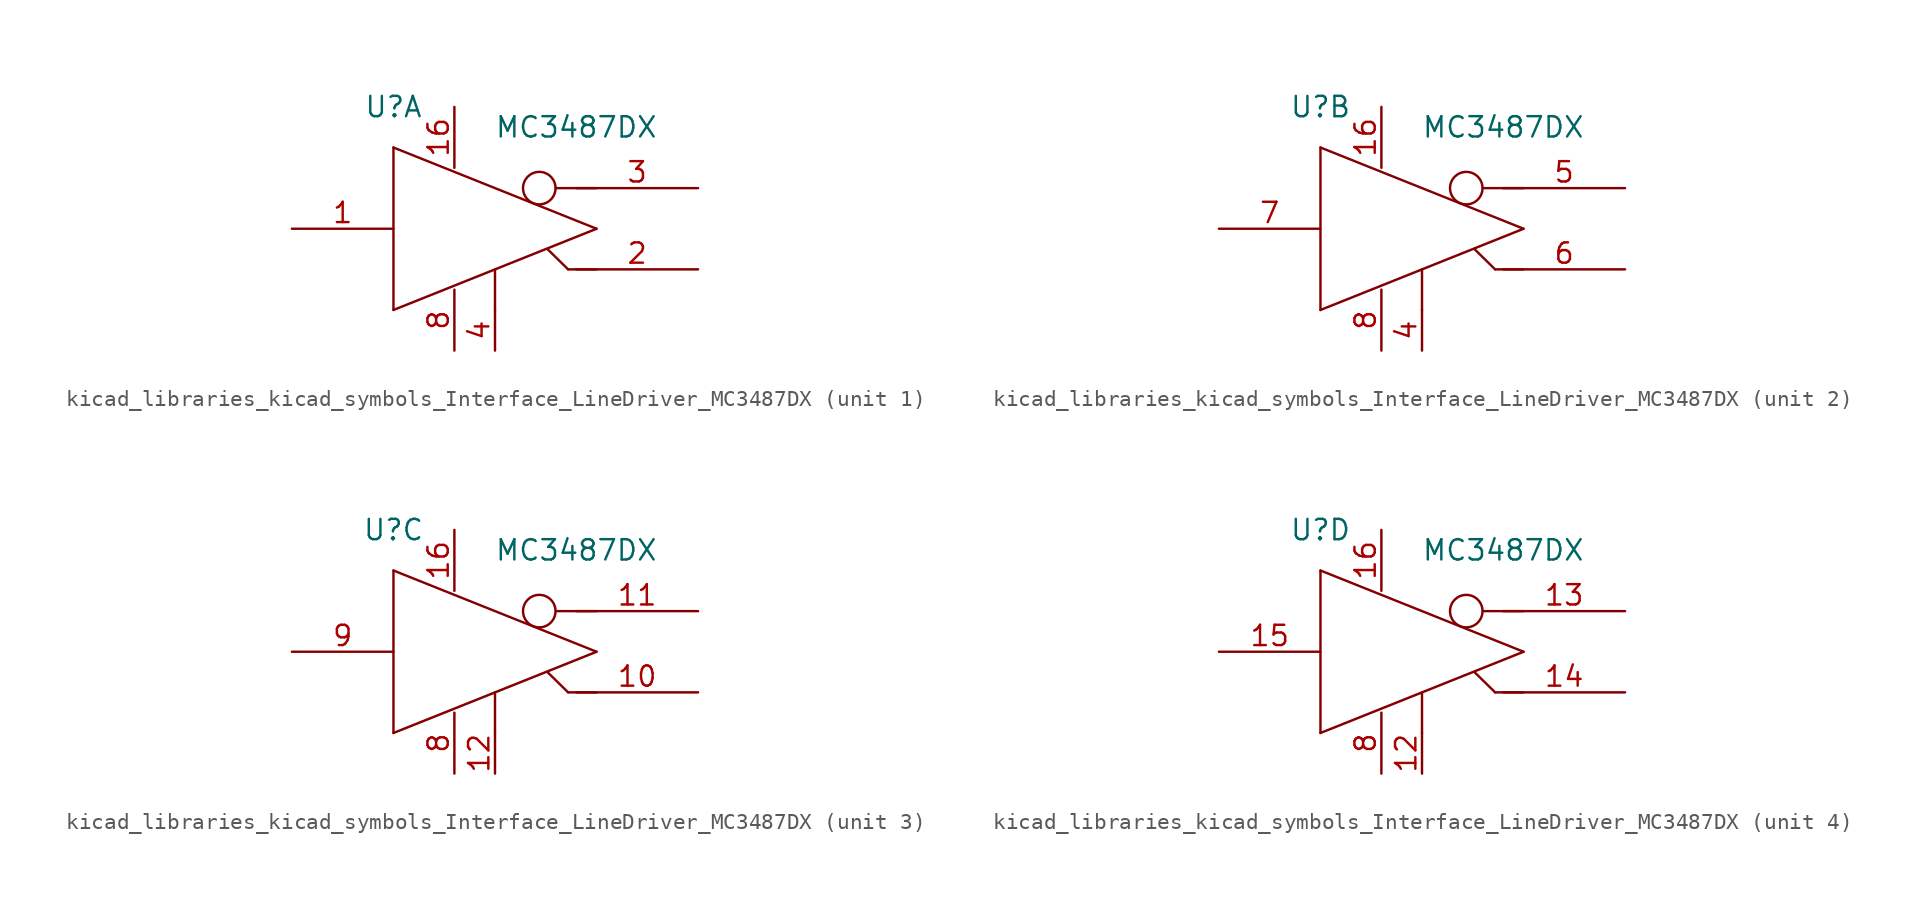
<source format=kicad_sym>
(kicad_symbol_lib
  (version 20220914)
  (generator kicad_symbol_editor)
  (symbol "kicad_libraries_kicad_symbols_Interface_LineDriver_MC3487DX"
    (pin_names
      (offset 1.016) hide)
    (property "Reference" "U"
      (at -6.35 7.62 0)
      (effects (font (size 1.27 1.27))))
    (property "Value" "MC3487DX"
      (at 5.08 6.35 0)
      (effects (font (size 1.27 1.27))))
    (symbol "kicad_libraries_kicad_symbols_Interface_LineDriver_MC3487DX_0_1"
      (polyline (pts (xy -6.35 -5.08) (xy 6.35 0)) (stroke (width 0) (type default)) (fill (type none)))
      (polyline (pts (xy -6.35 5.08) (xy -6.35 -5.08)) (stroke (width 0) (type default)) (fill (type none)))
      (polyline (pts (xy 0 -5.08) (xy 0 -2.54)) (stroke (width 0) (type default)) (fill (type none)))
      (polyline (pts (xy 3.81 2.54) (xy 6.35 2.54)) (stroke (width 0) (type default)) (fill (type none)))
      (polyline (pts (xy 4.572 -2.54) (xy 3.277 -1.27)) (stroke (width 0) (type default)) (fill (type none)))
      (polyline (pts (xy 6.35 -2.54) (xy 4.572 -2.54)) (stroke (width 0) (type default)) (fill (type none)))
      (polyline (pts (xy 6.35 0) (xy -6.35 5.08)) (stroke (width 0) (type default)) (fill (type none)))
      (circle (center 2.769 2.54) (radius 1.016) (stroke (width 0) (type default)) (fill (type none))))
    (symbol "kicad_libraries_kicad_symbols_Interface_LineDriver_MC3487DX_1_1"
      (pin input line (at -12.7 0 0) (length 6.35) (name "INPUT" (effects (font (size 1.27 1.27)))) (number "1" (effects (font (size 1.27 1.27)))))
      (pin power_in line (at -2.54 7.62 270) (length 3.81) (name "VCC" (effects (font (size 1.27 1.27)))) (number "16" (effects (font (size 1.27 1.27)))))
      (pin tri_state line (at 12.7 -2.54 180) (length 7.62) (name "OUT+" (effects (font (size 1.27 1.27)))) (number "2" (effects (font (size 1.27 1.27)))))
      (pin tri_state line (at 12.7 2.54 180) (length 7.62) (name "OUT-" (effects (font (size 1.27 1.27)))) (number "3" (effects (font (size 1.27 1.27)))))
      (pin input line (at 0 -7.62 90) (length 2.54) (name "ENABLE" (effects (font (size 1.27 1.27)))) (number "4" (effects (font (size 1.27 1.27)))))
      (pin power_in line (at -2.54 -7.62 90) (length 3.81) (name "GND" (effects (font (size 1.27 1.27)))) (number "8" (effects (font (size 1.27 1.27))))))
    (symbol "kicad_libraries_kicad_symbols_Interface_LineDriver_MC3487DX_2_1"
      (pin power_in line (at -2.54 7.62 270) (length 3.81) (name "VCC" (effects (font (size 1.27 1.27)))) (number "16" (effects (font (size 1.27 1.27)))))
      (pin input line (at 0 -7.62 90) (length 2.54) (name "ENABLE" (effects (font (size 1.27 1.27)))) (number "4" (effects (font (size 1.27 1.27)))))
      (pin tri_state line (at 12.7 2.54 180) (length 7.62) (name "OUT-" (effects (font (size 1.27 1.27)))) (number "5" (effects (font (size 1.27 1.27)))))
      (pin tri_state line (at 12.7 -2.54 180) (length 7.62) (name "OUT+" (effects (font (size 1.27 1.27)))) (number "6" (effects (font (size 1.27 1.27)))))
      (pin input line (at -12.7 0 0) (length 6.35) (name "INPUT" (effects (font (size 1.27 1.27)))) (number "7" (effects (font (size 1.27 1.27)))))
      (pin power_in line (at -2.54 -7.62 90) (length 3.81) (name "GND" (effects (font (size 1.27 1.27)))) (number "8" (effects (font (size 1.27 1.27))))))
    (symbol "kicad_libraries_kicad_symbols_Interface_LineDriver_MC3487DX_3_1"
      (pin tri_state line (at 12.7 -2.54 180) (length 7.62) (name "OUT+" (effects (font (size 1.27 1.27)))) (number "10" (effects (font (size 1.27 1.27)))))
      (pin tri_state line (at 12.7 2.54 180) (length 7.62) (name "OUT-" (effects (font (size 1.27 1.27)))) (number "11" (effects (font (size 1.27 1.27)))))
      (pin input line (at 0 -7.62 90) (length 2.54) (name "ENABLE" (effects (font (size 1.27 1.27)))) (number "12" (effects (font (size 1.27 1.27)))))
      (pin power_in line (at -2.54 7.62 270) (length 3.81) (name "VCC" (effects (font (size 1.27 1.27)))) (number "16" (effects (font (size 1.27 1.27)))))
      (pin power_in line (at -2.54 -7.62 90) (length 3.81) (name "GND" (effects (font (size 1.27 1.27)))) (number "8" (effects (font (size 1.27 1.27)))))
      (pin input line (at -12.7 0 0) (length 6.35) (name "INPUT" (effects (font (size 1.27 1.27)))) (number "9" (effects (font (size 1.27 1.27))))))
    (symbol "kicad_libraries_kicad_symbols_Interface_LineDriver_MC3487DX_4_1"
      (pin input line (at 0 -7.62 90) (length 2.54) (name "ENABLE" (effects (font (size 1.27 1.27)))) (number "12" (effects (font (size 1.27 1.27)))))
      (pin tri_state line (at 12.7 2.54 180) (length 7.62) (name "OUT-" (effects (font (size 1.27 1.27)))) (number "13" (effects (font (size 1.27 1.27)))))
      (pin tri_state line (at 12.7 -2.54 180) (length 7.62) (name "OUT+" (effects (font (size 1.27 1.27)))) (number "14" (effects (font (size 1.27 1.27)))))
      (pin input line (at -12.7 0 0) (length 6.35) (name "INPUT" (effects (font (size 1.27 1.27)))) (number "15" (effects (font (size 1.27 1.27)))))
      (pin power_in line (at -2.54 7.62 270) (length 3.81) (name "VCC" (effects (font (size 1.27 1.27)))) (number "16" (effects (font (size 1.27 1.27)))))
      (pin power_in line (at -2.54 -7.62 90) (length 3.81) (name "GND" (effects (font (size 1.27 1.27)))) (number "8" (effects (font (size 1.27 1.27))))))))
</source>
